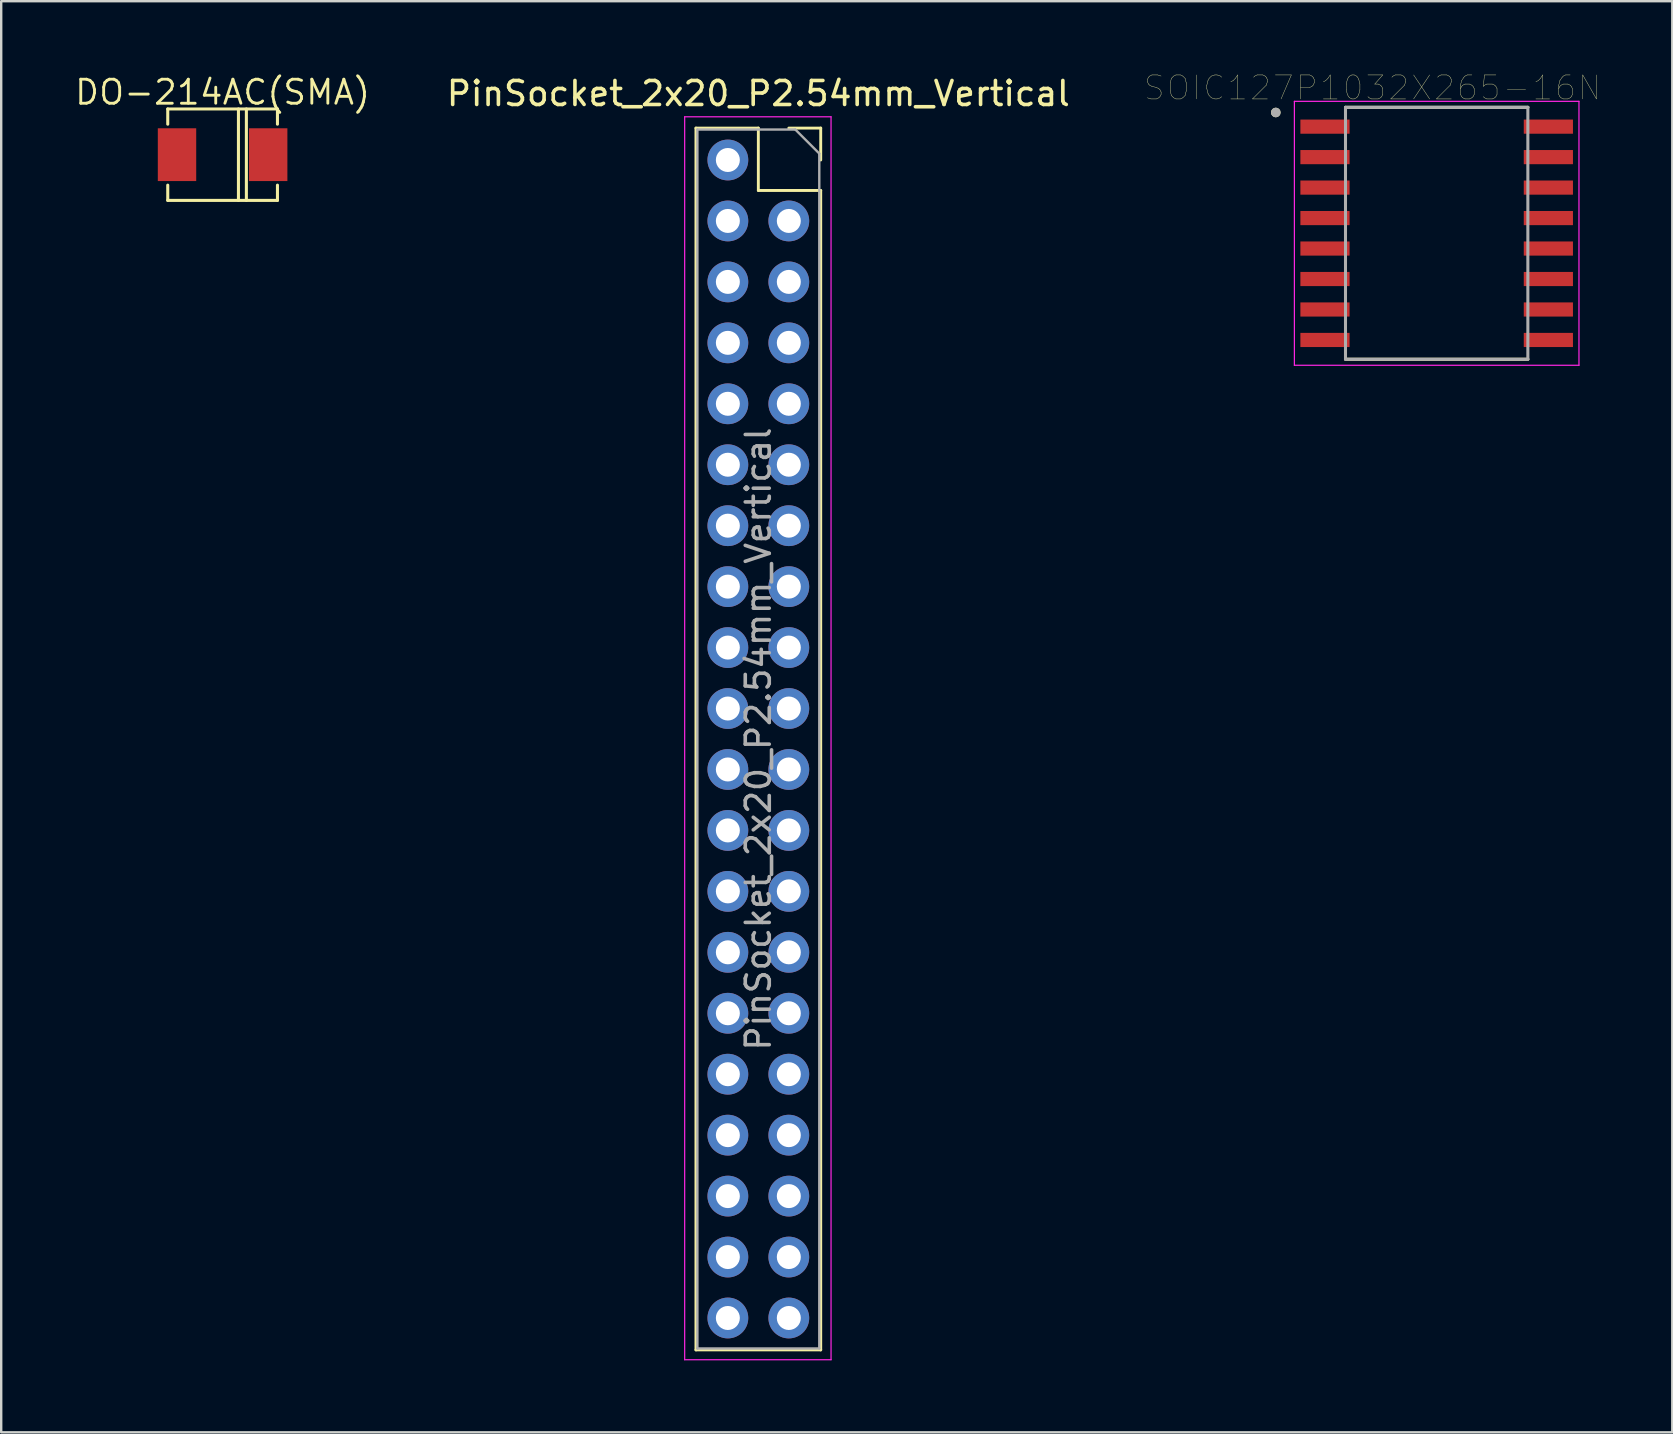
<source format=kicad_pcb>
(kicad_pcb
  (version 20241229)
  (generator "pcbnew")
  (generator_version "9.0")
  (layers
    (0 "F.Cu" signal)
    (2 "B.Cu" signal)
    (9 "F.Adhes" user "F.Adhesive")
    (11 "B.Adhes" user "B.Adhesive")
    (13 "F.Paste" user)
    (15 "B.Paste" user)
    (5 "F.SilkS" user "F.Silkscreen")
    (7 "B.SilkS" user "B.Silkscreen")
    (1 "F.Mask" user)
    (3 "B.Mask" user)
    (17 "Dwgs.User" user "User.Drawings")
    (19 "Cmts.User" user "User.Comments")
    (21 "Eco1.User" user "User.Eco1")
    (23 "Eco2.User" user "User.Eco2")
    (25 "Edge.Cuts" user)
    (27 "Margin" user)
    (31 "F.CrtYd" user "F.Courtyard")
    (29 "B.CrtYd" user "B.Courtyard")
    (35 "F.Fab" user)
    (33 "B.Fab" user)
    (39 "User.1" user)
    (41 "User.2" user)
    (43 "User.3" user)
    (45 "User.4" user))
  (footprint "PinSocket_2x20_P2.54mm_Vertical"
    (layer "F.Cu")
    (at 29.824 3.618)
    (property "Reference" "PinSocket_2x20_P2.54mm_Vertical" (at -1.27 -2.77 0) (layer "F.SilkS") (effects (font (size 1 1) (thickness 0.15))))
    (attr through_hole)
    (fp_line (start -3.87 -1.33) (end -3.87 49.59) (stroke (width 0.12) (type solid)) (layer "F.SilkS"))
    (fp_line (start -3.87 -1.33) (end -1.27 -1.33) (stroke (width 0.12) (type solid)) (layer "F.SilkS"))
    (fp_line (start -3.87 49.59) (end 1.33 49.59) (stroke (width 0.12) (type solid)) (layer "F.SilkS"))
    (fp_line (start -1.27 -1.33) (end -1.27 1.27) (stroke (width 0.12) (type solid)) (layer "F.SilkS"))
    (fp_line (start -1.27 1.27) (end 1.33 1.27) (stroke (width 0.12) (type solid)) (layer "F.SilkS"))
    (fp_line (start 0 -1.33) (end 1.33 -1.33) (stroke (width 0.12) (type solid)) (layer "F.SilkS"))
    (fp_line (start 1.33 -1.33) (end 1.33 0) (stroke (width 0.12) (type solid)) (layer "F.SilkS"))
    (fp_line (start 1.33 1.27) (end 1.33 49.59) (stroke (width 0.12) (type solid)) (layer "F.SilkS"))
    (fp_line (start -4.34 -1.8) (end 1.76 -1.8) (stroke (width 0.05) (type solid)) (layer "F.CrtYd"))
    (fp_line (start -4.34 50) (end -4.34 -1.8) (stroke (width 0.05) (type solid)) (layer "F.CrtYd"))
    (fp_line (start 1.76 -1.8) (end 1.76 50) (stroke (width 0.05) (type solid)) (layer "F.CrtYd"))
    (fp_line (start 1.76 50) (end -4.34 50) (stroke (width 0.05) (type solid)) (layer "F.CrtYd"))
    (fp_line (start -3.81 -1.27) (end 0.27 -1.27) (stroke (width 0.1) (type solid)) (layer "F.Fab"))
    (fp_line (start -3.81 49.53) (end -3.81 -1.27) (stroke (width 0.1) (type solid)) (layer "F.Fab"))
    (fp_line (start 0.27 -1.27) (end 1.27 -0.27) (stroke (width 0.1) (type solid)) (layer "F.Fab"))
    (fp_line (start 1.27 -0.27) (end 1.27 49.53) (stroke (width 0.1) (type solid)) (layer "F.Fab"))
    (fp_line (start 1.27 49.53) (end -3.81 49.53) (stroke (width 0.1) (type solid)) (layer "F.Fab"))
    (fp_text user "${REFERENCE}" (at -1.27 24.13 90) (layer "F.Fab") (effects (font (size 1 1) (thickness 0.15))))
    (pad "2" thru_hole oval (at -2.54 0) (size 1.7 1.7) (drill 1) (layers "*.Cu" "*.Mask"))
    (pad "3" thru_hole oval (at 0 2.54) (size 1.7 1.7) (drill 1) (layers "*.Cu" "*.Mask"))
    (pad "4" thru_hole oval (at -2.54 2.54) (size 1.7 1.7) (drill 1) (layers "*.Cu" "*.Mask"))
    (pad "5" thru_hole oval (at 0 5.08) (size 1.7 1.7) (drill 1) (layers "*.Cu" "*.Mask"))
    (pad "6" thru_hole oval (at -2.54 5.08) (size 1.7 1.7) (drill 1) (layers "*.Cu" "*.Mask"))
    (pad "7" thru_hole oval (at 0 7.62) (size 1.7 1.7) (drill 1) (layers "*.Cu" "*.Mask"))
    (pad "8" thru_hole oval (at -2.54 7.62) (size 1.7 1.7) (drill 1) (layers "*.Cu" "*.Mask"))
    (pad "9" thru_hole oval (at 0 10.16) (size 1.7 1.7) (drill 1) (layers "*.Cu" "*.Mask"))
    (pad "10" thru_hole oval (at -2.54 10.16) (size 1.7 1.7) (drill 1) (layers "*.Cu" "*.Mask"))
    (pad "11" thru_hole oval (at 0 12.7) (size 1.7 1.7) (drill 1) (layers "*.Cu" "*.Mask"))
    (pad "12" thru_hole oval (at -2.54 12.7) (size 1.7 1.7) (drill 1) (layers "*.Cu" "*.Mask"))
    (pad "13" thru_hole oval (at 0 15.24) (size 1.7 1.7) (drill 1) (layers "*.Cu" "*.Mask"))
    (pad "14" thru_hole oval (at -2.54 15.24) (size 1.7 1.7) (drill 1) (layers "*.Cu" "*.Mask"))
    (pad "15" thru_hole oval (at 0 17.78) (size 1.7 1.7) (drill 1) (layers "*.Cu" "*.Mask"))
    (pad "16" thru_hole oval (at -2.54 17.78) (size 1.7 1.7) (drill 1) (layers "*.Cu" "*.Mask"))
    (pad "17" thru_hole oval (at 0 20.32) (size 1.7 1.7) (drill 1) (layers "*.Cu" "*.Mask"))
    (pad "18" thru_hole oval (at -2.54 20.32) (size 1.7 1.7) (drill 1) (layers "*.Cu" "*.Mask"))
    (pad "19" thru_hole oval (at 0 22.86) (size 1.7 1.7) (drill 1) (layers "*.Cu" "*.Mask"))
    (pad "20" thru_hole oval (at -2.54 22.86) (size 1.7 1.7) (drill 1) (layers "*.Cu" "*.Mask"))
    (pad "21" thru_hole oval (at 0 25.4) (size 1.7 1.7) (drill 1) (layers "*.Cu" "*.Mask"))
    (pad "22" thru_hole oval (at -2.54 25.4) (size 1.7 1.7) (drill 1) (layers "*.Cu" "*.Mask"))
    (pad "23" thru_hole oval (at 0 27.94) (size 1.7 1.7) (drill 1) (layers "*.Cu" "*.Mask"))
    (pad "24" thru_hole oval (at -2.54 27.94) (size 1.7 1.7) (drill 1) (layers "*.Cu" "*.Mask"))
    (pad "25" thru_hole oval (at 0 30.48) (size 1.7 1.7) (drill 1) (layers "*.Cu" "*.Mask"))
    (pad "26" thru_hole oval (at -2.54 30.48) (size 1.7 1.7) (drill 1) (layers "*.Cu" "*.Mask"))
    (pad "27" thru_hole oval (at 0 33.02) (size 1.7 1.7) (drill 1) (layers "*.Cu" "*.Mask"))
    (pad "28" thru_hole oval (at -2.54 33.02) (size 1.7 1.7) (drill 1) (layers "*.Cu" "*.Mask"))
    (pad "29" thru_hole oval (at 0 35.56) (size 1.7 1.7) (drill 1) (layers "*.Cu" "*.Mask"))
    (pad "30" thru_hole oval (at -2.54 35.56) (size 1.7 1.7) (drill 1) (layers "*.Cu" "*.Mask"))
    (pad "31" thru_hole oval (at 0 38.1) (size 1.7 1.7) (drill 1) (layers "*.Cu" "*.Mask"))
    (pad "32" thru_hole oval (at -2.54 38.1) (size 1.7 1.7) (drill 1) (layers "*.Cu" "*.Mask"))
    (pad "33" thru_hole oval (at 0 40.64) (size 1.7 1.7) (drill 1) (layers "*.Cu" "*.Mask"))
    (pad "34" thru_hole oval (at -2.54 40.64) (size 1.7 1.7) (drill 1) (layers "*.Cu" "*.Mask"))
    (pad "35" thru_hole oval (at 0 43.18) (size 1.7 1.7) (drill 1) (layers "*.Cu" "*.Mask"))
    (pad "36" thru_hole oval (at -2.54 43.18) (size 1.7 1.7) (drill 1) (layers "*.Cu" "*.Mask"))
    (pad "37" thru_hole oval (at 0 45.72) (size 1.7 1.7) (drill 1) (layers "*.Cu" "*.Mask"))
    (pad "38" thru_hole oval (at -2.54 45.72) (size 1.7 1.7) (drill 1) (layers "*.Cu" "*.Mask"))
    (pad "39" thru_hole oval (at 0 48.26) (size 1.7 1.7) (drill 1) (layers "*.Cu" "*.Mask"))
    (pad "40" thru_hole oval (at -2.54 48.26) (size 1.7 1.7) (drill 1) (layers "*.Cu" "*.Mask")))
  (footprint "SOIC127P1032X265-16N"
    (layer "F.Cu")
    (at 56.824 6.673)
    (property "Reference" "SOIC127P1032X265-16N" (at -2.675 -6.062 0) (layer "F.SilkS") (effects (font (size 1 1) (thickness 0.015))))
    (attr through_hole)
    (fp_line (start -3.8 -5.25) (end 3.8 -5.25) (stroke (width 0.127) (type solid)) (layer "F.SilkS"))
    (fp_line (start -3.8 5.25) (end 3.8 5.25) (stroke (width 0.127) (type solid)) (layer "F.SilkS"))
    (fp_circle (center -6.705 -5.035) (end -6.605 -5.035) (stroke (width 0.2) (type solid)) (fill no) (layer "F.SilkS"))
    (fp_line (start -5.93 -5.5) (end -5.93 5.5) (stroke (width 0.05) (type solid)) (layer "F.CrtYd"))
    (fp_line (start -5.93 -5.5) (end 5.93 -5.5) (stroke (width 0.05) (type solid)) (layer "F.CrtYd"))
    (fp_line (start -5.93 5.5) (end 5.93 5.5) (stroke (width 0.05) (type solid)) (layer "F.CrtYd"))
    (fp_line (start 5.93 -5.5) (end 5.93 5.5) (stroke (width 0.05) (type solid)) (layer "F.CrtYd"))
    (fp_line (start -3.8 -5.25) (end -3.8 5.25) (stroke (width 0.127) (type solid)) (layer "F.Fab"))
    (fp_line (start -3.8 -5.25) (end 3.8 -5.25) (stroke (width 0.127) (type solid)) (layer "F.Fab"))
    (fp_line (start -3.8 5.25) (end 3.8 5.25) (stroke (width 0.127) (type solid)) (layer "F.Fab"))
    (fp_line (start 3.8 -5.25) (end 3.8 5.25) (stroke (width 0.127) (type solid)) (layer "F.Fab"))
    (fp_circle (center -6.705 -5.035) (end -6.605 -5.035) (stroke (width 0.2) (type solid)) (fill no) (layer "F.Fab"))
    (pad "1" smd rect (at -4.655 -4.445) (size 2.05 0.59) (layers "F.Cu" "F.Mask" "F.Paste"))
    (pad "2" smd rect (at -4.655 -3.175) (size 2.05 0.59) (layers "F.Cu" "F.Mask" "F.Paste"))
    (pad "3" smd rect (at -4.655 -1.905) (size 2.05 0.59) (layers "F.Cu" "F.Mask" "F.Paste"))
    (pad "4" smd rect (at -4.655 -0.635) (size 2.05 0.59) (layers "F.Cu" "F.Mask" "F.Paste"))
    (pad "5" smd rect (at -4.655 0.635) (size 2.05 0.59) (layers "F.Cu" "F.Mask" "F.Paste"))
    (pad "6" smd rect (at -4.655 1.905) (size 2.05 0.59) (layers "F.Cu" "F.Mask" "F.Paste"))
    (pad "7" smd rect (at -4.655 3.175) (size 2.05 0.59) (layers "F.Cu" "F.Mask" "F.Paste"))
    (pad "8" smd rect (at -4.655 4.445) (size 2.05 0.59) (layers "F.Cu" "F.Mask" "F.Paste"))
    (pad "9" smd rect (at 4.655 4.445) (size 2.05 0.59) (layers "F.Cu" "F.Mask" "F.Paste"))
    (pad "10" smd rect (at 4.655 3.175) (size 2.05 0.59) (layers "F.Cu" "F.Mask" "F.Paste"))
    (pad "11" smd rect (at 4.655 1.905) (size 2.05 0.59) (layers "F.Cu" "F.Mask" "F.Paste"))
    (pad "12" smd rect (at 4.655 0.635) (size 2.05 0.59) (layers "F.Cu" "F.Mask" "F.Paste"))
    (pad "13" smd rect (at 4.655 -0.635) (size 2.05 0.59) (layers "F.Cu" "F.Mask" "F.Paste"))
    (pad "14" smd rect (at 4.655 -1.905) (size 2.05 0.59) (layers "F.Cu" "F.Mask" "F.Paste"))
    (pad "15" smd rect (at 4.655 -3.175) (size 2.05 0.59) (layers "F.Cu" "F.Mask" "F.Paste"))
    (pad "16" smd rect (at 4.655 -4.445) (size 2.05 0.59) (layers "F.Cu" "F.Mask" "F.Paste")))
  (footprint "DO-214AC(SMA)"
    (layer "F.Cu")
    (at 6.227 3.396)
    (property "Reference" "DO-214AC(SMA)" (at 0 -2.601 0) (layer "F.SilkS") (effects (font (size 1.001 1.001) (thickness 0.119))))
    (attr smd)
    (fp_line (start -2.286 -1.905) (end 2.286 -1.905) (stroke (width 0.127) (type solid)) (layer "F.SilkS"))
    (fp_line (start -2.286 -1.27) (end -2.286 -1.905) (stroke (width 0.127) (type solid)) (layer "F.SilkS"))
    (fp_line (start -2.286 1.27) (end -2.286 1.905) (stroke (width 0.127) (type solid)) (layer "F.SilkS"))
    (fp_line (start -2.286 1.905) (end 2.286 1.905) (stroke (width 0.127) (type solid)) (layer "F.SilkS"))
    (fp_line (start 0.66 1.905) (end 0.66 -1.905) (stroke (width 0.127) (type solid)) (layer "F.SilkS"))
    (fp_line (start 0.991 1.905) (end 0.991 -1.905) (stroke (width 0.127) (type solid)) (layer "F.SilkS"))
    (fp_line (start 2.286 -1.905) (end 2.286 -1.27) (stroke (width 0.127) (type solid)) (layer "F.SilkS"))
    (fp_line (start 2.286 1.905) (end 2.286 1.27) (stroke (width 0.127) (type solid)) (layer "F.SilkS"))
    (pad "1" smd rect (at 1.9 0) (size 1.6 2.2) (layers "F.Cu" "F.Mask" "F.Paste"))
    (pad "2" smd rect (at -1.9 0) (size 1.6 2.2) (layers "F.Cu" "F.Mask" "F.Paste")))
  (gr_rect
    (start -3 -3)
    (end 66.643 56.643)
    (stroke (width 0.1) (type default))
    (fill no)
    (layer "Edge.Cuts")))
</source>
